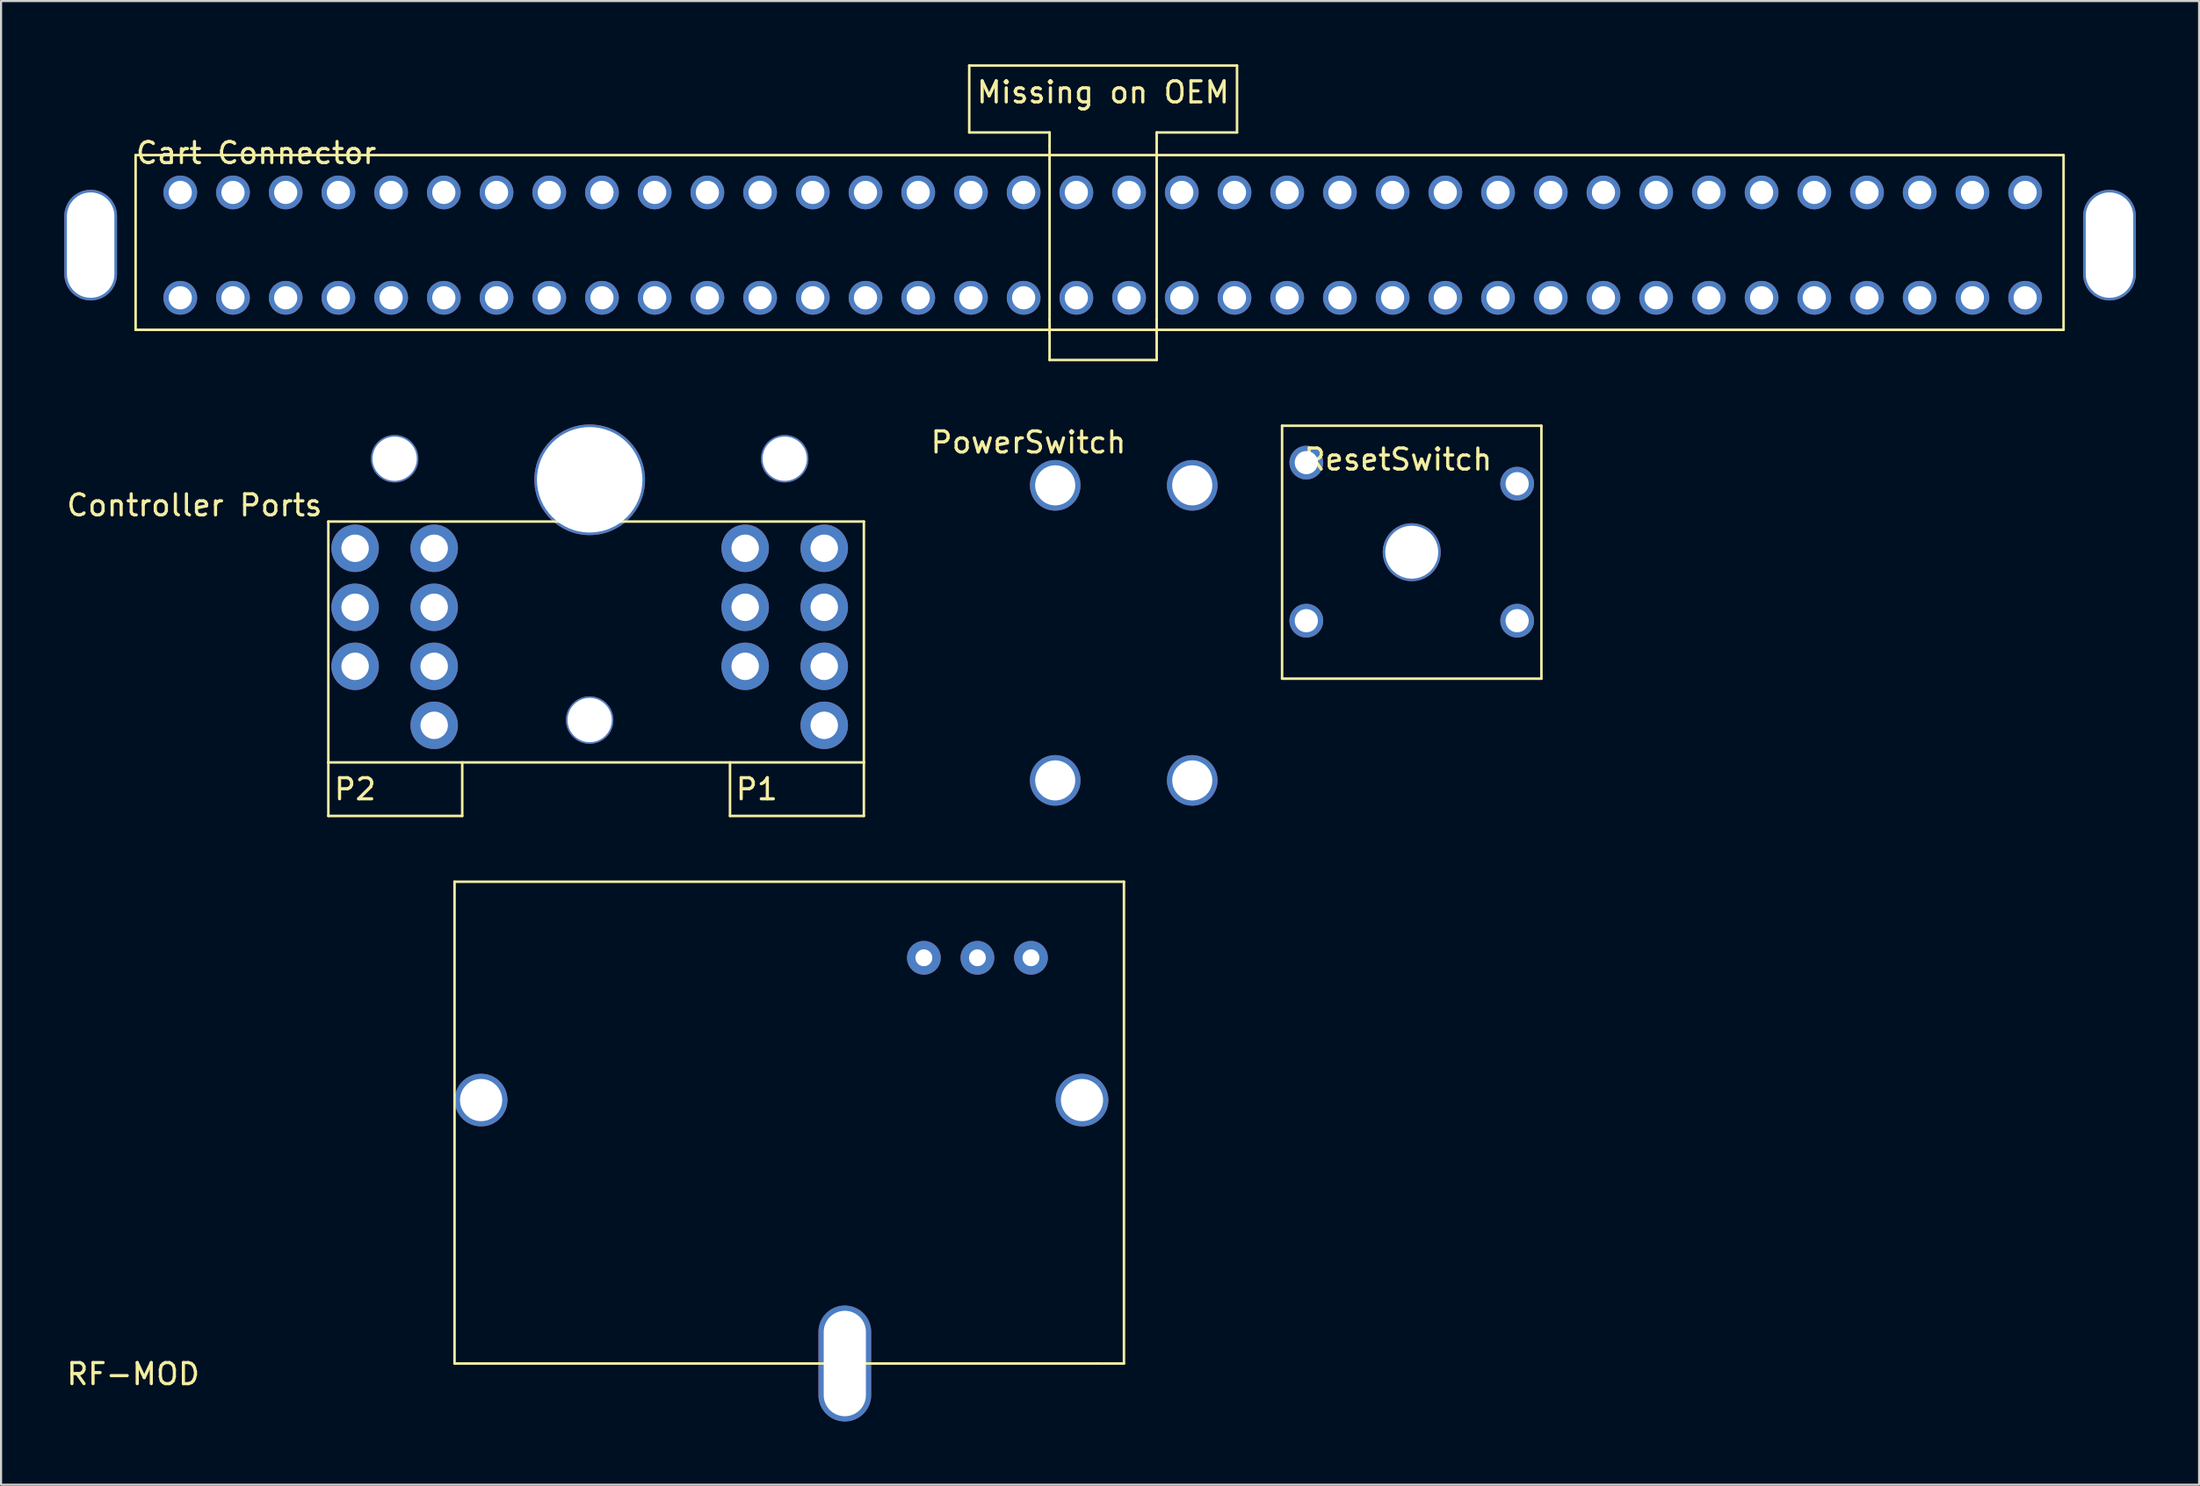
<source format=kicad_pcb>
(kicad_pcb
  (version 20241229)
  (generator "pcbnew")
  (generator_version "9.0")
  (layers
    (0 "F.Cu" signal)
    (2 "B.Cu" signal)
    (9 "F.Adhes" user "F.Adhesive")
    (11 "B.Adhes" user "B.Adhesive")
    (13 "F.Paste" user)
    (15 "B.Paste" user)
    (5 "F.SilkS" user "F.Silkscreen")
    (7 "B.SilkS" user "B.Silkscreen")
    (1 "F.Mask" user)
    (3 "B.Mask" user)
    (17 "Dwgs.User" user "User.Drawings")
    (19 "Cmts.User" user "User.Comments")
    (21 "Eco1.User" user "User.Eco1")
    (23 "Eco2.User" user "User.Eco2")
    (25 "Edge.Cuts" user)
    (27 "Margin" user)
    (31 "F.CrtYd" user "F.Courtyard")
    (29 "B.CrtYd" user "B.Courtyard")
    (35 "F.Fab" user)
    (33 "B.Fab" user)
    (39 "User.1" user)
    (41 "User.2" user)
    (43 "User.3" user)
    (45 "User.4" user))
  (footprint "RF-MOD"
    (layer "F.Cu")
    (at 40.768 42.395)
    (property "Reference" "RF-MOD" (at -37.5 19.75 0) (layer "F.SilkS") (effects (font (size 1 1) (thickness 0.15))))
    (attr through_hole)
    (fp_line (start -22.26 -3.61) (end -22.26 6.55) (stroke (width 0.12) (type solid)) (layer "F.SilkS"))
    (fp_line (start -22.26 6.55) (end -22.26 19.25) (stroke (width 0.12) (type solid)) (layer "F.SilkS"))
    (fp_line (start -22.26 19.25) (end 8.22 19.25) (stroke (width 0.12) (type solid)) (layer "F.SilkS"))
    (fp_line (start 8.22 19.25) (end 9.49 19.25) (stroke (width 0.12) (type solid)) (layer "F.SilkS"))
    (fp_line (start 9.49 -3.61) (end -22.26 -3.61) (stroke (width 0.12) (type solid)) (layer "F.SilkS"))
    (fp_line (start 9.49 19.25) (end 9.49 -3.61) (stroke (width 0.12) (type solid)) (layer "F.SilkS"))
    (pad "1" thru_hole circle (at 0 0) (size 1.6 1.6) (drill 0.8) (layers "*.Cu" "*.Mask"))
    (pad "2" thru_hole circle (at 2.54 0) (size 1.6 1.6) (drill 0.8) (layers "*.Cu" "*.Mask"))
    (pad "3" thru_hole circle (at 5.08 0) (size 1.6 1.6) (drill 0.8) (layers "*.Cu" "*.Mask"))
    (pad "4" thru_hole circle (at -21 6.75) (size 2.5 2.5) (drill 2) (layers "*.Cu" "*.Mask"))
    (pad "4" thru_hole circle (at 7.5 6.75) (size 2.5 2.5) (drill 2) (layers "*.Cu" "*.Mask"))
    (pad "5" thru_hole oval (at -3.75 19.25) (size 2.5 5.5) (drill oval 2 5) (layers "*.Cu" "*.Mask")))
  (footprint "PowerSwitch"
    (layer "F.Cu")
    (at 45.727 17.438)
    (property "Reference" "PowerSwitch" (at 0 0.5 0) (layer "F.SilkS") (effects (font (size 1 1) (thickness 0.15))))
    (attr through_hole)
    (pad "3" thru_hole circle (at 1.27 2.54) (size 2.4 2.4) (drill 1.9) (layers "*.Cu" "*.Mask"))
    (pad "3" thru_hole circle (at 1.27 16.54) (size 2.4 2.4) (drill 1.9) (layers "*.Cu" "*.Mask"))
    (pad "3" thru_hole circle (at 7.77 2.54) (size 2.4 2.4) (drill 1.9) (layers "*.Cu" "*.Mask"))
    (pad "3" thru_hole circle (at 7.77 16.54) (size 2.4 2.4) (drill 1.9) (layers "*.Cu" "*.Mask")))
  (footprint "Cart Connector"
    (layer "F.Cu")
    (at 5.5 11.08)
    (property "Reference" "Cart Connector" (at 3.602 -6.871 0) (layer "F.SilkS") (effects (font (size 1 1) (thickness 0.15))))
    (attr through_hole)
    (fp_line (start -2.118 -6.771) (end -2.118 1.519) (stroke (width 0.12) (type solid)) (layer "F.SilkS"))
    (fp_line (start -2.118 1.519) (end 89.322 1.519) (stroke (width 0.12) (type solid)) (layer "F.SilkS"))
    (fp_line (start 37.42 -11.02) (end 37.42 -7.845) (stroke (width 0.12) (type solid)) (layer "F.SilkS"))
    (fp_line (start 37.42 -7.845) (end 41.23 -7.845) (stroke (width 0.12) (type solid)) (layer "F.SilkS"))
    (fp_line (start 41.23 -7.21) (end 41.23 -7.845) (stroke (width 0.12) (type solid)) (layer "F.SilkS"))
    (fp_line (start 41.23 -6.575) (end 41.23 -7.21) (stroke (width 0.12) (type solid)) (layer "F.SilkS"))
    (fp_line (start 41.23 -6.575) (end 41.23 1.045) (stroke (width 0.12) (type solid)) (layer "F.SilkS"))
    (fp_line (start 41.23 1.045) (end 41.23 1.68) (stroke (width 0.12) (type solid)) (layer "F.SilkS"))
    (fp_line (start 41.23 1.68) (end 41.23 2.95) (stroke (width 0.12) (type solid)) (layer "F.SilkS"))
    (fp_line (start 41.23 2.95) (end 46.31 2.95) (stroke (width 0.12) (type solid)) (layer "F.SilkS"))
    (fp_line (start 46.31 -7.845) (end 46.31 -6.575) (stroke (width 0.12) (type solid)) (layer "F.SilkS"))
    (fp_line (start 46.31 -7.845) (end 50.12 -7.845) (stroke (width 0.12) (type solid)) (layer "F.SilkS"))
    (fp_line (start 46.31 1.045) (end 46.31 -6.575) (stroke (width 0.12) (type solid)) (layer "F.SilkS"))
    (fp_line (start 46.31 1.045) (end 46.31 1.68) (stroke (width 0.12) (type solid)) (layer "F.SilkS"))
    (fp_line (start 46.31 2.95) (end 46.31 1.68) (stroke (width 0.12) (type solid)) (layer "F.SilkS"))
    (fp_line (start 50.12 -11.02) (end 37.42 -11.02) (stroke (width 0.12) (type solid)) (layer "F.SilkS"))
    (fp_line (start 50.12 -7.845) (end 50.12 -11.02) (stroke (width 0.12) (type solid)) (layer "F.SilkS"))
    (fp_line (start 89.322 -6.771) (end -2.118 -6.771) (stroke (width 0.12) (type solid)) (layer "F.SilkS"))
    (fp_line (start 89.322 1.519) (end 89.322 -6.771) (stroke (width 0.12) (type solid)) (layer "F.SilkS"))
    (fp_text user "Missing on OEM" (at 43.77 -9.75 0) (layer "F.SilkS") (effects (font (size 1 1) (thickness 0.15))))
    (pad "1" thru_hole circle (at 0 -5) (size 1.6 1.6) (drill 1.1) (layers "*.Cu" "*.Mask"))
    (pad "2" thru_hole circle (at 2.5 -5) (size 1.6 1.6) (drill 1.1) (layers "*.Cu" "*.Mask"))
    (pad "3" thru_hole circle (at 5 -5) (size 1.6 1.6) (drill 1.1) (layers "*.Cu" "*.Mask"))
    (pad "4" thru_hole circle (at 7.5 -5) (size 1.6 1.6) (drill 1.1) (layers "*.Cu" "*.Mask"))
    (pad "5" thru_hole circle (at 10 -5) (size 1.6 1.6) (drill 1.1) (layers "*.Cu" "*.Mask"))
    (pad "6" thru_hole circle (at 12.5 -5) (size 1.6 1.6) (drill 1.1) (layers "*.Cu" "*.Mask"))
    (pad "7" thru_hole circle (at 15 -5) (size 1.6 1.6) (drill 1.1) (layers "*.Cu" "*.Mask"))
    (pad "8" thru_hole circle (at 17.5 -5) (size 1.6 1.6) (drill 1.1) (layers "*.Cu" "*.Mask"))
    (pad "9" thru_hole circle (at 20 -5) (size 1.6 1.6) (drill 1.1) (layers "*.Cu" "*.Mask"))
    (pad "10" thru_hole circle (at 22.5 -5) (size 1.6 1.6) (drill 1.1) (layers "*.Cu" "*.Mask"))
    (pad "11" thru_hole circle (at 25 -5) (size 1.6 1.6) (drill 1.1) (layers "*.Cu" "*.Mask"))
    (pad "12" thru_hole circle (at 27.5 -5) (size 1.6 1.6) (drill 1.1) (layers "*.Cu" "*.Mask"))
    (pad "13" thru_hole circle (at 30 -5) (size 1.6 1.6) (drill 1.1) (layers "*.Cu" "*.Mask"))
    (pad "14" thru_hole circle (at 32.5 -5) (size 1.6 1.6) (drill 1.1) (layers "*.Cu" "*.Mask"))
    (pad "15" thru_hole circle (at 35 -5) (size 1.6 1.6) (drill 1.1) (layers "*.Cu" "*.Mask"))
    (pad "16" thru_hole circle (at 37.5 -5) (size 1.6 1.6) (drill 1.1) (layers "*.Cu" "*.Mask"))
    (pad "17" thru_hole circle (at 40 -5) (size 1.6 1.6) (drill 1.1) (layers "*.Cu" "*.Mask"))
    (pad "18" thru_hole circle (at 42.5 -5) (size 1.6 1.6) (drill 1.1) (layers "*.Cu" "*.Mask"))
    (pad "19" thru_hole circle (at 45 -5) (size 1.6 1.6) (drill 1.1) (layers "*.Cu" "*.Mask"))
    (pad "20" thru_hole circle (at 47.5 -5) (size 1.6 1.6) (drill 1.1) (layers "*.Cu" "*.Mask"))
    (pad "21" thru_hole circle (at 50 -5) (size 1.6 1.6) (drill 1.1) (layers "*.Cu" "*.Mask"))
    (pad "22" thru_hole circle (at 52.5 -5) (size 1.6 1.6) (drill 1.1) (layers "*.Cu" "*.Mask"))
    (pad "23" thru_hole circle (at 55 -5) (size 1.6 1.6) (drill 1.1) (layers "*.Cu" "*.Mask"))
    (pad "24" thru_hole circle (at 57.5 -5) (size 1.6 1.6) (drill 1.1) (layers "*.Cu" "*.Mask"))
    (pad "25" thru_hole circle (at 60 -5) (size 1.6 1.6) (drill 1.1) (layers "*.Cu" "*.Mask"))
    (pad "26" thru_hole circle (at 62.5 -5) (size 1.6 1.6) (drill 1.1) (layers "*.Cu" "*.Mask"))
    (pad "27" thru_hole circle (at 65 -5) (size 1.6 1.6) (drill 1.1) (layers "*.Cu" "*.Mask"))
    (pad "28" thru_hole circle (at 67.5 -5) (size 1.6 1.6) (drill 1.1) (layers "*.Cu" "*.Mask"))
    (pad "29" thru_hole circle (at 70 -5) (size 1.6 1.6) (drill 1.1) (layers "*.Cu" "*.Mask"))
    (pad "30" thru_hole circle (at 72.5 -5) (size 1.6 1.6) (drill 1.1) (layers "*.Cu" "*.Mask"))
    (pad "31" thru_hole circle (at 75 -5) (size 1.6 1.6) (drill 1.1) (layers "*.Cu" "*.Mask"))
    (pad "32" thru_hole circle (at 77.5 -5) (size 1.6 1.6) (drill 1.1) (layers "*.Cu" "*.Mask"))
    (pad "33" thru_hole circle (at 80 -5) (size 1.6 1.6) (drill 1.1) (layers "*.Cu" "*.Mask"))
    (pad "34" thru_hole circle (at 82.5 -5) (size 1.6 1.6) (drill 1.1) (layers "*.Cu" "*.Mask"))
    (pad "35" thru_hole circle (at 85 -5) (size 1.6 1.6) (drill 1.1) (layers "*.Cu" "*.Mask"))
    (pad "36" thru_hole circle (at 87.5 -5) (size 1.6 1.6) (drill 1.1) (layers "*.Cu" "*.Mask"))
    (pad "37" thru_hole circle (at 0 0) (size 1.6 1.6) (drill 1.1) (layers "*.Cu" "*.Mask"))
    (pad "38" thru_hole circle (at 2.5 0) (size 1.6 1.6) (drill 1.1) (layers "*.Cu" "*.Mask"))
    (pad "39" thru_hole circle (at 5 0) (size 1.6 1.6) (drill 1.1) (layers "*.Cu" "*.Mask"))
    (pad "40" thru_hole circle (at 7.5 0) (size 1.6 1.6) (drill 1.1) (layers "*.Cu" "*.Mask"))
    (pad "41" thru_hole circle (at 10 0) (size 1.6 1.6) (drill 1.1) (layers "*.Cu" "*.Mask"))
    (pad "42" thru_hole circle (at 12.5 0) (size 1.6 1.6) (drill 1.1) (layers "*.Cu" "*.Mask"))
    (pad "43" thru_hole circle (at 15 0) (size 1.6 1.6) (drill 1.1) (layers "*.Cu" "*.Mask"))
    (pad "44" thru_hole circle (at 17.5 0) (size 1.6 1.6) (drill 1.1) (layers "*.Cu" "*.Mask"))
    (pad "45" thru_hole circle (at 20 0) (size 1.6 1.6) (drill 1.1) (layers "*.Cu" "*.Mask"))
    (pad "46" thru_hole circle (at 22.5 0) (size 1.6 1.6) (drill 1.1) (layers "*.Cu" "*.Mask"))
    (pad "47" thru_hole circle (at 25 0) (size 1.6 1.6) (drill 1.1) (layers "*.Cu" "*.Mask"))
    (pad "48" thru_hole circle (at 27.5 0) (size 1.6 1.6) (drill 1.1) (layers "*.Cu" "*.Mask"))
    (pad "49" thru_hole circle (at 30 0) (size 1.6 1.6) (drill 1.1) (layers "*.Cu" "*.Mask"))
    (pad "50" thru_hole circle (at 32.5 0) (size 1.6 1.6) (drill 1.1) (layers "*.Cu" "*.Mask"))
    (pad "51" thru_hole circle (at 35 0) (size 1.6 1.6) (drill 1.1) (layers "*.Cu" "*.Mask"))
    (pad "52" thru_hole circle (at 37.5 0) (size 1.6 1.6) (drill 1.1) (layers "*.Cu" "*.Mask"))
    (pad "53" thru_hole circle (at 40 0) (size 1.6 1.6) (drill 1.1) (layers "*.Cu" "*.Mask"))
    (pad "54" thru_hole circle (at 42.5 0) (size 1.6 1.6) (drill 1.1) (layers "*.Cu" "*.Mask"))
    (pad "55" thru_hole circle (at 45 0) (size 1.6 1.6) (drill 1.1) (layers "*.Cu" "*.Mask"))
    (pad "56" thru_hole circle (at 47.5 0) (size 1.6 1.6) (drill 1.1) (layers "*.Cu" "*.Mask"))
    (pad "57" thru_hole circle (at 50 0) (size 1.6 1.6) (drill 1.1) (layers "*.Cu" "*.Mask"))
    (pad "58" thru_hole circle (at 52.5 0) (size 1.6 1.6) (drill 1.1) (layers "*.Cu" "*.Mask"))
    (pad "59" thru_hole circle (at 55 0) (size 1.6 1.6) (drill 1.1) (layers "*.Cu" "*.Mask"))
    (pad "60" thru_hole circle (at 57.5 0) (size 1.6 1.6) (drill 1.1) (layers "*.Cu" "*.Mask"))
    (pad "61" thru_hole circle (at 60 0) (size 1.6 1.6) (drill 1.1) (layers "*.Cu" "*.Mask"))
    (pad "62" thru_hole circle (at 62.5 0) (size 1.6 1.6) (drill 1.1) (layers "*.Cu" "*.Mask"))
    (pad "63" thru_hole circle (at 65 0) (size 1.6 1.6) (drill 1.1) (layers "*.Cu" "*.Mask"))
    (pad "64" thru_hole circle (at 67.5 0) (size 1.6 1.6) (drill 1.1) (layers "*.Cu" "*.Mask"))
    (pad "65" thru_hole circle (at 70 0) (size 1.6 1.6) (drill 1.1) (layers "*.Cu" "*.Mask"))
    (pad "66" thru_hole circle (at 72.5 0) (size 1.6 1.6) (drill 1.1) (layers "*.Cu" "*.Mask"))
    (pad "67" thru_hole circle (at 75 0) (size 1.6 1.6) (drill 1.1) (layers "*.Cu" "*.Mask"))
    (pad "68" thru_hole circle (at 77.5 0) (size 1.6 1.6) (drill 1.1) (layers "*.Cu" "*.Mask"))
    (pad "69" thru_hole circle (at 80 0) (size 1.6 1.6) (drill 1.1) (layers "*.Cu" "*.Mask"))
    (pad "70" thru_hole circle (at 82.5 0) (size 1.6 1.6) (drill 1.1) (layers "*.Cu" "*.Mask"))
    (pad "71" thru_hole circle (at 85 0) (size 1.6 1.6) (drill 1.1) (layers "*.Cu" "*.Mask"))
    (pad "72" thru_hole circle (at 87.5 0) (size 1.6 1.6) (drill 1.1) (layers "*.Cu" "*.Mask"))
    (pad "73" thru_hole oval (at -4.25 -2.5) (size 2.5 5.25) (drill oval 2.25 5) (layers "*.Cu" "*.Mask"))
    (pad "73" thru_hole oval (at 91.5 -2.5) (size 2.5 5.25) (drill oval 2.25 5) (layers "*.Cu" "*.Mask")))
  (footprint "Controller Ports"
    (layer "F.Cu")
    (at 17.543 31.365)
    (property "Reference" "Controller Ports" (at -11.37 -10.44 0) (layer "F.SilkS") (effects (font (size 1 1) (thickness 0.15))))
    (attr through_hole)
    (fp_line (start -5.02 -9.67) (end 20.38 -9.67) (stroke (width 0.12) (type solid)) (layer "F.SilkS"))
    (fp_line (start -5.02 1.76) (end -5.02 -9.67) (stroke (width 0.12) (type solid)) (layer "F.SilkS"))
    (fp_line (start -5.02 1.76) (end -5.02 4.3) (stroke (width 0.12) (type solid)) (layer "F.SilkS"))
    (fp_line (start -5.02 4.3) (end 1.33 4.3) (stroke (width 0.12) (type solid)) (layer "F.SilkS"))
    (fp_line (start 1.33 4.3) (end 1.33 1.76) (stroke (width 0.12) (type solid)) (layer "F.SilkS"))
    (fp_line (start 14.03 1.76) (end 14.03 4.3) (stroke (width 0.12) (type solid)) (layer "F.SilkS"))
    (fp_line (start 14.03 4.3) (end 20.38 4.3) (stroke (width 0.12) (type solid)) (layer "F.SilkS"))
    (fp_line (start 20.38 -9.67) (end 20.38 1.76) (stroke (width 0.12) (type solid)) (layer "F.SilkS"))
    (fp_line (start 20.38 1.76) (end -5.02 1.76) (stroke (width 0.12) (type solid)) (layer "F.SilkS"))
    (fp_line (start 20.38 4.3) (end 20.38 1.76) (stroke (width 0.12) (type solid)) (layer "F.SilkS"))
    (fp_text user "P1" (at 15.3 3.03 0) (layer "F.SilkS") (effects (font (size 1 1) (thickness 0.15))))
    (fp_text user "P2" (at -3.75 3.03 0) (layer "F.SilkS") (effects (font (size 1 1) (thickness 0.15))))
    (pad "1-1" thru_hole circle (at 18.5 0 90) (size 2.25 2.25) (drill 1.3) (layers "*.Cu" "*.Mask"))
    (pad "1-2" thru_hole circle (at 0 0) (size 2.25 2.25) (drill 1.3) (layers "*.Cu" "*.Mask"))
    (pad "2-1" thru_hole circle (at 18.5 -2.8) (size 2.25 2.25) (drill 1.3) (layers "*.Cu" "*.Mask"))
    (pad "2-2" thru_hole circle (at 0 -2.8) (size 2.25 2.25) (drill 1.3) (layers "*.Cu" "*.Mask"))
    (pad "3" thru_hole circle (at 7.375 -11.65 180) (size 5.25 5.25) (drill 5) (layers "*.Cu" "*.Mask"))
    (pad "3-1" thru_hole circle (at 18.5 -5.6) (size 2.25 2.25) (drill 1.3) (layers "*.Cu" "*.Mask"))
    (pad "3-2" thru_hole circle (at 0 -5.6) (size 2.25 2.25) (drill 1.3) (layers "*.Cu" "*.Mask"))
    (pad "4" thru_hole circle (at 16.625 -12.65 180) (size 2.25 2.25) (drill 2.1) (layers "*.Cu" "*.Mask"))
    (pad "4-1" thru_hole circle (at 18.5 -8.4) (size 2.25 2.25) (drill 1.3) (layers "*.Cu" "*.Mask"))
    (pad "4-2" thru_hole circle (at 0 -8.4) (size 2.25 2.25) (drill 1.3) (layers "*.Cu" "*.Mask"))
    (pad "5" thru_hole circle (at -1.875 -12.65 180) (size 2.25 2.25) (drill 2.1) (layers "*.Cu" "*.Mask"))
    (pad "5-1" thru_hole circle (at 14.75 -2.8) (size 2.25 2.25) (drill 1.3) (layers "*.Cu" "*.Mask"))
    (pad "5-2" thru_hole circle (at -3.75 -2.8) (size 2.25 2.25) (drill 1.3) (layers "*.Cu" "*.Mask"))
    (pad "6" thru_hole circle (at 7.375 -0.25 180) (size 2.25 2.25) (drill 2.1) (layers "*.Cu" "*.Mask"))
    (pad "6-1" thru_hole circle (at 14.75 -5.6) (size 2.25 2.25) (drill 1.3) (layers "*.Cu" "*.Mask"))
    (pad "6-2" thru_hole circle (at -3.75 -5.6) (size 2.25 2.25) (drill 1.3) (layers "*.Cu" "*.Mask"))
    (pad "7-1" thru_hole circle (at 14.75 -8.4) (size 2.25 2.25) (drill 1.3) (layers "*.Cu" "*.Mask"))
    (pad "7-2" thru_hole circle (at -3.75 -8.4) (size 2.25 2.25) (drill 1.3) (layers "*.Cu" "*.Mask")))
  (footprint "ResetSwitch"
    (layer "F.Cu")
    (at 58.907 26.4)
    (property "Reference" "ResetSwitch" (at 4.35 -7.65 0) (layer "F.SilkS") (effects (font (size 1 1) (thickness 0.15))))
    (attr through_hole)
    (fp_line (start -1.15 -9.25) (end -1.15 2.75) (stroke (width 0.12) (type solid)) (layer "F.SilkS"))
    (fp_line (start -1.15 2.75) (end 11.15 2.75) (stroke (width 0.12) (type solid)) (layer "F.SilkS"))
    (fp_line (start 11.15 -9.25) (end -1.15 -9.25) (stroke (width 0.12) (type solid)) (layer "F.SilkS"))
    (fp_line (start 11.15 2.75) (end 11.15 -9.25) (stroke (width 0.12) (type solid)) (layer "F.SilkS"))
    (pad "" thru_hole circle (at 5 -3.25) (size 2.75 2.75) (drill 2.51) (layers "*.Cu" "*.Mask"))
    (pad "1" thru_hole circle (at 10 -6.5) (size 1.6 1.6) (drill 1.1) (layers "*.Cu" "*.Mask"))
    (pad "2" thru_hole circle (at 0 -7.5) (size 1.6 1.6) (drill 1.1) (layers "*.Cu" "*.Mask"))
    (pad "2" thru_hole circle (at 0 0) (size 1.6 1.6) (drill 1.1) (layers "*.Cu" "*.Mask"))
    (pad "2" thru_hole circle (at 10 0) (size 1.6 1.6) (drill 1.1) (layers "*.Cu" "*.Mask")))
  (gr_rect
    (start -3 -3)
    (end 101.25 67.395)
    (stroke (width 0.1) (type default))
    (fill no)
    (layer "Edge.Cuts")))
</source>
